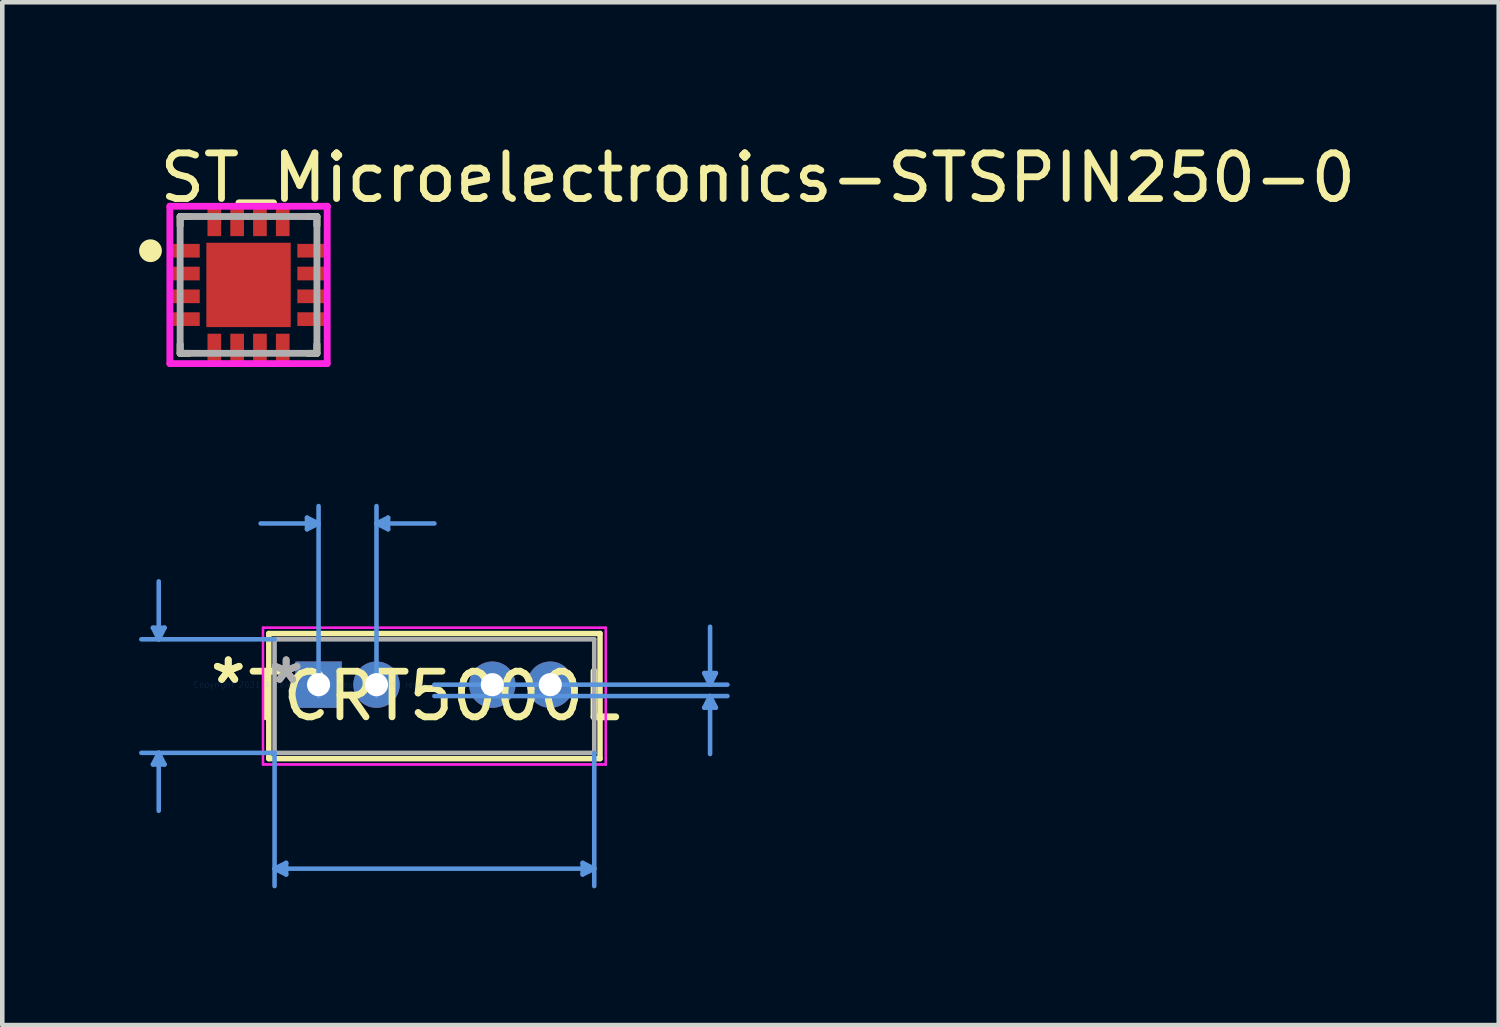
<source format=kicad_pcb>
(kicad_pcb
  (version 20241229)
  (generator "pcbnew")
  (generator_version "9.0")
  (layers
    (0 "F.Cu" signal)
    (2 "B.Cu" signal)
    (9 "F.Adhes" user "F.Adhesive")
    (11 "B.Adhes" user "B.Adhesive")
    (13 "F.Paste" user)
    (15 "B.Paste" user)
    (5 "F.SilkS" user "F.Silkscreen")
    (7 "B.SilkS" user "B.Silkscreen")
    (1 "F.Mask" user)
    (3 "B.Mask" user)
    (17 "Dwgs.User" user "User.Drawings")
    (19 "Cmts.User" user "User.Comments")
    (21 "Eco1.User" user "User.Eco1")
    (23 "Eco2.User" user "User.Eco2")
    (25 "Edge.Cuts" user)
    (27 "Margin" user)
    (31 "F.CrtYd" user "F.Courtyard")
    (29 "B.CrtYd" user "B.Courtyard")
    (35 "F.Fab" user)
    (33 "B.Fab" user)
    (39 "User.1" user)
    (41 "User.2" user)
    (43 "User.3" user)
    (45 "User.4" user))
  (footprint "TCRT5000L"
    (layer "F.Cu")
    (at 3.936 11.964)
    (property "Reference" "TCRT5000L" (at 2.54 0.25 0) (layer "F.SilkS") (effects (font (size 1 1) (thickness 0.15))))
    (attr through_hole)
    (fp_line (start -1.092 -1.122) (end -1.092 1.622) (stroke (width 0.12) (type solid)) (layer "F.SilkS"))
    (fp_line (start -1.092 1.622) (end 6.172 1.622) (stroke (width 0.12) (type solid)) (layer "F.SilkS"))
    (fp_line (start 6.172 -1.122) (end -1.092 -1.122) (stroke (width 0.12) (type solid)) (layer "F.SilkS"))
    (fp_line (start 6.172 1.622) (end 6.172 -1.122) (stroke (width 0.12) (type solid)) (layer "F.SilkS"))
    (fp_line (start -3.632 -1.249) (end -3.378 -1.249) (stroke (width 0.1) (type solid)) (layer "Cmts.User"))
    (fp_line (start -3.632 1.749) (end -3.378 1.749) (stroke (width 0.1) (type solid)) (layer "Cmts.User"))
    (fp_line (start -3.505 -0.995) (end -3.632 -1.249) (stroke (width 0.1) (type solid)) (layer "Cmts.User"))
    (fp_line (start -3.505 -0.995) (end -3.505 -2.265) (stroke (width 0.1) (type solid)) (layer "Cmts.User"))
    (fp_line (start -3.505 -0.995) (end -3.378 -1.249) (stroke (width 0.1) (type solid)) (layer "Cmts.User"))
    (fp_line (start -3.505 1.495) (end -3.632 1.749) (stroke (width 0.1) (type solid)) (layer "Cmts.User"))
    (fp_line (start -3.505 1.495) (end -3.505 2.765) (stroke (width 0.1) (type solid)) (layer "Cmts.User"))
    (fp_line (start -3.505 1.495) (end -3.378 1.749) (stroke (width 0.1) (type solid)) (layer "Cmts.User"))
    (fp_line (start -0.965 -0.995) (end -3.886 -0.995) (stroke (width 0.1) (type solid)) (layer "Cmts.User"))
    (fp_line (start -0.965 1.495) (end -3.886 1.495) (stroke (width 0.1) (type solid)) (layer "Cmts.User"))
    (fp_line (start -0.965 1.495) (end -0.965 4.416) (stroke (width 0.1) (type solid)) (layer "Cmts.User"))
    (fp_line (start -0.965 4.035) (end -0.711 3.908) (stroke (width 0.1) (type solid)) (layer "Cmts.User"))
    (fp_line (start -0.965 4.035) (end -0.711 4.162) (stroke (width 0.1) (type solid)) (layer "Cmts.User"))
    (fp_line (start -0.965 4.035) (end 6.045 4.035) (stroke (width 0.1) (type solid)) (layer "Cmts.User"))
    (fp_line (start -0.711 3.908) (end -0.711 4.162) (stroke (width 0.1) (type solid)) (layer "Cmts.User"))
    (fp_line (start -0.254 -3.662) (end -0.254 -3.408) (stroke (width 0.1) (type solid)) (layer "Cmts.User"))
    (fp_line (start 0 -3.535) (end -1.27 -3.535) (stroke (width 0.1) (type solid)) (layer "Cmts.User"))
    (fp_line (start 0 -3.535) (end -0.254 -3.662) (stroke (width 0.1) (type solid)) (layer "Cmts.User"))
    (fp_line (start 0 -3.535) (end -0.254 -3.408) (stroke (width 0.1) (type solid)) (layer "Cmts.User"))
    (fp_line (start 0 0.25) (end 0 -3.916) (stroke (width 0.1) (type solid)) (layer "Cmts.User"))
    (fp_line (start 1.27 -3.535) (end 1.524 -3.662) (stroke (width 0.1) (type solid)) (layer "Cmts.User"))
    (fp_line (start 1.27 -3.535) (end 1.524 -3.408) (stroke (width 0.1) (type solid)) (layer "Cmts.User"))
    (fp_line (start 1.27 -3.535) (end 2.54 -3.535) (stroke (width 0.1) (type solid)) (layer "Cmts.User"))
    (fp_line (start 1.27 0.25) (end 1.27 -3.916) (stroke (width 0.1) (type solid)) (layer "Cmts.User"))
    (fp_line (start 1.524 -3.662) (end 1.524 -3.408) (stroke (width 0.1) (type solid)) (layer "Cmts.User"))
    (fp_line (start 2.54 0) (end 8.966 0) (stroke (width 0.1) (type solid)) (layer "Cmts.User"))
    (fp_line (start 2.54 0.25) (end 8.966 0.25) (stroke (width 0.1) (type solid)) (layer "Cmts.User"))
    (fp_line (start 5.791 3.908) (end 5.791 4.162) (stroke (width 0.1) (type solid)) (layer "Cmts.User"))
    (fp_line (start 6.045 1.495) (end 6.045 4.416) (stroke (width 0.1) (type solid)) (layer "Cmts.User"))
    (fp_line (start 6.045 4.035) (end 5.791 3.908) (stroke (width 0.1) (type solid)) (layer "Cmts.User"))
    (fp_line (start 6.045 4.035) (end 5.791 4.162) (stroke (width 0.1) (type solid)) (layer "Cmts.User"))
    (fp_line (start 8.458 -0.254) (end 8.712 -0.254) (stroke (width 0.1) (type solid)) (layer "Cmts.User"))
    (fp_line (start 8.458 0.504) (end 8.712 0.504) (stroke (width 0.1) (type solid)) (layer "Cmts.User"))
    (fp_line (start 8.585 0) (end 8.458 -0.254) (stroke (width 0.1) (type solid)) (layer "Cmts.User"))
    (fp_line (start 8.585 0) (end 8.585 -1.27) (stroke (width 0.1) (type solid)) (layer "Cmts.User"))
    (fp_line (start 8.585 0) (end 8.712 -0.254) (stroke (width 0.1) (type solid)) (layer "Cmts.User"))
    (fp_line (start 8.585 0.25) (end 8.458 0.504) (stroke (width 0.1) (type solid)) (layer "Cmts.User"))
    (fp_line (start 8.585 0.25) (end 8.585 1.52) (stroke (width 0.1) (type solid)) (layer "Cmts.User"))
    (fp_line (start 8.585 0.25) (end 8.712 0.504) (stroke (width 0.1) (type solid)) (layer "Cmts.User"))
    (fp_line (start -1.219 -1.249) (end 6.299 -1.249) (stroke (width 0.05) (type solid)) (layer "F.CrtYd"))
    (fp_line (start -1.219 -1.249) (end 6.299 -1.249) (stroke (width 0.05) (type solid)) (layer "F.CrtYd"))
    (fp_line (start -1.219 1.749) (end -1.219 -1.249) (stroke (width 0.05) (type solid)) (layer "F.CrtYd"))
    (fp_line (start -1.219 1.749) (end -1.219 -1.249) (stroke (width 0.05) (type solid)) (layer "F.CrtYd"))
    (fp_line (start 6.299 -1.249) (end 6.299 1.749) (stroke (width 0.05) (type solid)) (layer "F.CrtYd"))
    (fp_line (start 6.299 -1.249) (end 6.299 1.749) (stroke (width 0.05) (type solid)) (layer "F.CrtYd"))
    (fp_line (start 6.299 1.749) (end -1.219 1.749) (stroke (width 0.05) (type solid)) (layer "F.CrtYd"))
    (fp_line (start 6.299 1.749) (end -1.219 1.749) (stroke (width 0.05) (type solid)) (layer "F.CrtYd"))
    (fp_line (start -0.965 -0.995) (end -0.965 1.495) (stroke (width 0.1) (type solid)) (layer "F.Fab"))
    (fp_line (start -0.965 1.495) (end 6.045 1.495) (stroke (width 0.1) (type solid)) (layer "F.Fab"))
    (fp_line (start 6.045 -0.995) (end -0.965 -0.995) (stroke (width 0.1) (type solid)) (layer "F.Fab"))
    (fp_line (start 6.045 1.495) (end 6.045 -0.995) (stroke (width 0.1) (type solid)) (layer "F.Fab"))
    (fp_text user "*" (at -1.981 0 0) (layer "F.SilkS") (effects (font (size 1 1) (thickness 0.15))))
    (fp_text user "*" (at -1.981 0 0) (layer "F.SilkS") (effects (font (size 1 1) (thickness 0.15))))
    (fp_text user "Copyright 2021 Accelerated Designs. All rights reserved." (at 0 0 0) (layer "Cmts.User") (effects (font (size 0.127 0.127) (thickness 0.002))))
    (fp_text user "*" (at -0.711 0 0) (layer "F.Fab") (effects (font (size 1 1) (thickness 0.15))))
    (fp_text user "*" (at -0.711 0 0) (layer "F.Fab") (effects (font (size 1 1) (thickness 0.15))))
    (pad "1" thru_hole rect (at 0 0.000001) (size 1.016 1.016) (drill 0.508) (layers "*.Cu" "*.Mask"))
    (pad "2" thru_hole circle (at 1.27 0.000001) (size 1.016 1.016) (drill 0.508) (layers "*.Cu" "*.Mask"))
    (pad "3" thru_hole circle (at 3.81 0.000001) (size 1.016 1.016) (drill 0.508) (layers "*.Cu" "*.Mask"))
    (pad "4" thru_hole circle (at 5.08 0.000001) (size 1.016 1.016) (drill 0.508) (layers "*.Cu" "*.Mask")))
  (footprint "ST_Microelectronics-STSPIN250-0"
    (layer "F.Cu")
    (at 2.4 3.198)
    (property "Reference" "ST_Microelectronics-STSPIN250-0" (at -2.025 -2.35 0) (layer "F.SilkS") (effects (font (size 1 1) (thickness 0.15)) (justify left)))
    (attr through_hole)
    (fp_line (start -1.5 -1.3) (end -1.5 -1.5) (stroke (width 0.15) (type solid)) (layer "F.SilkS"))
    (fp_line (start -1.5 1.3) (end -1.5 1.5) (stroke (width 0.15) (type solid)) (layer "F.SilkS"))
    (fp_line (start -1.3 -1.5) (end -1.5 -1.5) (stroke (width 0.15) (type solid)) (layer "F.SilkS"))
    (fp_line (start -1.3 1.5) (end -1.5 1.5) (stroke (width 0.15) (type solid)) (layer "F.SilkS"))
    (fp_line (start 1.3 -1.5) (end 1.5 -1.5) (stroke (width 0.15) (type solid)) (layer "F.SilkS"))
    (fp_line (start 1.3 1.5) (end 1.5 1.5) (stroke (width 0.15) (type solid)) (layer "F.SilkS"))
    (fp_line (start 1.5 -1.3) (end 1.5 -1.5) (stroke (width 0.15) (type solid)) (layer "F.SilkS"))
    (fp_line (start 1.5 1.3) (end 1.5 1.5) (stroke (width 0.15) (type solid)) (layer "F.SilkS"))
    (fp_circle (center -2.15 -0.75) (end -2.025 -0.75) (stroke (width 0.25) (type solid)) (fill no) (layer "F.SilkS"))
    (fp_line (start -1.725 -1.725) (end -1.725 1.725) (stroke (width 0.15) (type solid)) (layer "F.CrtYd"))
    (fp_line (start -1.725 1.725) (end 1.725 1.725) (stroke (width 0.15) (type solid)) (layer "F.CrtYd"))
    (fp_line (start 1.725 -1.725) (end -1.725 -1.725) (stroke (width 0.15) (type solid)) (layer "F.CrtYd"))
    (fp_line (start 1.725 -1.725) (end 1.725 -1.725) (stroke (width 0.15) (type solid)) (layer "F.CrtYd"))
    (fp_line (start 1.725 1.725) (end 1.725 -1.725) (stroke (width 0.15) (type solid)) (layer "F.CrtYd"))
    (fp_line (start -1.5 -1.5) (end 1.5 -1.5) (stroke (width 0.15) (type solid)) (layer "F.Fab"))
    (fp_line (start -1.5 1.5) (end -1.5 -1.5) (stroke (width 0.15) (type solid)) (layer "F.Fab"))
    (fp_line (start 1.5 -1.5) (end 1.5 1.5) (stroke (width 0.15) (type solid)) (layer "F.Fab"))
    (fp_line (start 1.5 1.5) (end -1.5 1.5) (stroke (width 0.15) (type solid)) (layer "F.Fab"))
    (pad "1" smd rect (at -1.385 -0.75) (size 0.63 0.3) (layers "F.Cu" "F.Mask" "F.Paste"))
    (pad "2" smd rect (at -1.385 -0.25) (size 0.63 0.3) (layers "F.Cu" "F.Mask" "F.Paste"))
    (pad "3" smd rect (at -1.385 0.25) (size 0.63 0.3) (layers "F.Cu" "F.Mask" "F.Paste"))
    (pad "4" smd rect (at -1.385 0.75) (size 0.63 0.3) (layers "F.Cu" "F.Mask" "F.Paste"))
    (pad "5" smd rect (at -0.75 1.385) (size 0.3 0.63) (layers "F.Cu" "F.Mask" "F.Paste"))
    (pad "6" smd rect (at -0.25 1.385) (size 0.3 0.63) (layers "F.Cu" "F.Mask" "F.Paste"))
    (pad "7" smd rect (at 0 0) (size 1.85 1.85) (layers "F.Cu" "F.Mask" "F.Paste"))
    (pad "7" smd rect (at 0.25 1.385) (size 0.3 0.63) (layers "F.Cu" "F.Mask" "F.Paste"))
    (pad "8" smd rect (at 0.75 1.385) (size 0.3 0.63) (layers "F.Cu" "F.Mask" "F.Paste"))
    (pad "9" smd rect (at 1.385 0.75) (size 0.63 0.3) (layers "F.Cu" "F.Mask" "F.Paste"))
    (pad "10" smd rect (at 1.385 0.25) (size 0.63 0.3) (layers "F.Cu" "F.Mask" "F.Paste"))
    (pad "11" smd rect (at 1.385 -0.25) (size 0.63 0.3) (layers "F.Cu" "F.Mask" "F.Paste"))
    (pad "12" smd rect (at 1.385 -0.75) (size 0.63 0.3) (layers "F.Cu" "F.Mask" "F.Paste"))
    (pad "13" smd rect (at 0.75 -1.385) (size 0.3 0.63) (layers "F.Cu" "F.Mask" "F.Paste"))
    (pad "14" smd rect (at 0.25 -1.385) (size 0.3 0.63) (layers "F.Cu" "F.Mask" "F.Paste"))
    (pad "15" smd rect (at -0.25 -1.385) (size 0.3 0.63) (layers "F.Cu" "F.Mask" "F.Paste"))
    (pad "16" smd rect (at -0.75 -1.385) (size 0.3 0.63) (layers "F.Cu" "F.Mask" "F.Paste")))
  (gr_rect
    (start -3 -3)
    (end 29.815 19.429)
    (stroke (width 0.1) (type default))
    (fill no)
    (layer "Edge.Cuts")))
</source>
